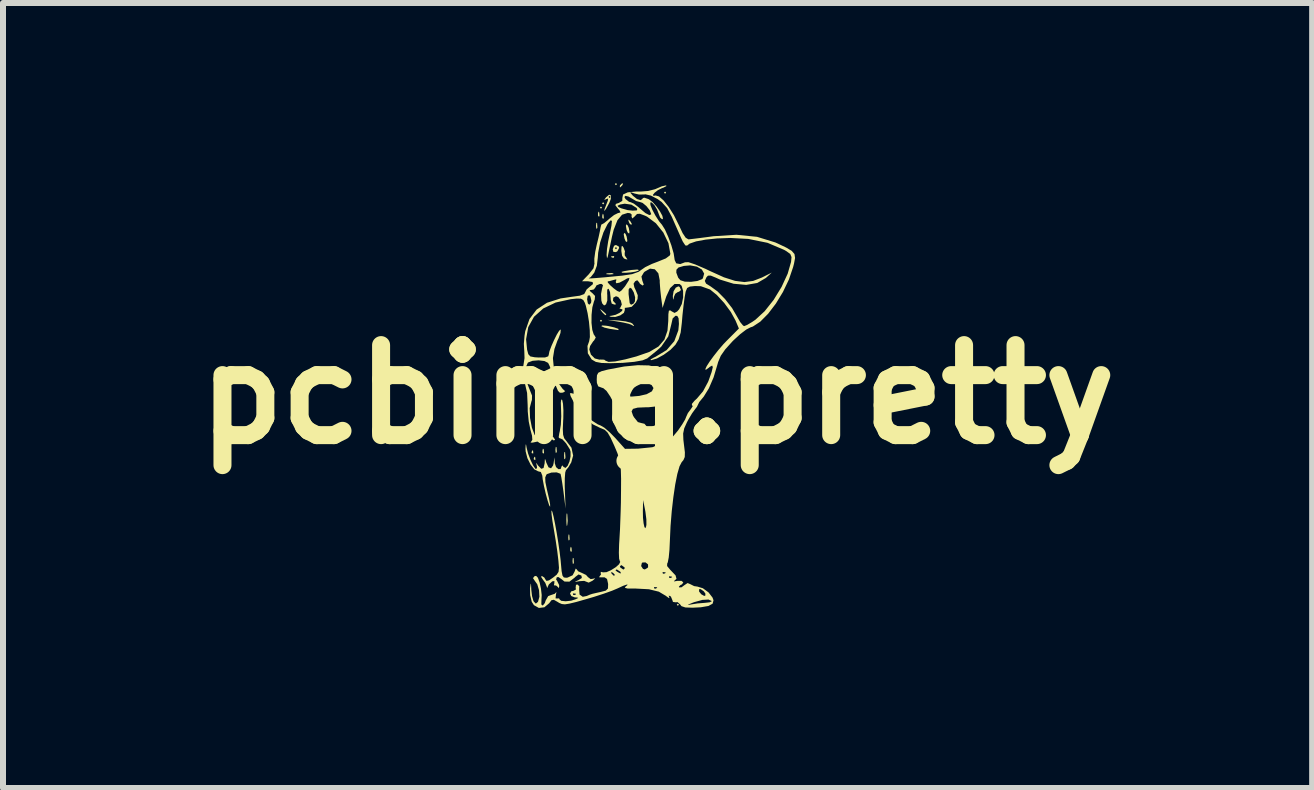
<source format=kicad_pcb>
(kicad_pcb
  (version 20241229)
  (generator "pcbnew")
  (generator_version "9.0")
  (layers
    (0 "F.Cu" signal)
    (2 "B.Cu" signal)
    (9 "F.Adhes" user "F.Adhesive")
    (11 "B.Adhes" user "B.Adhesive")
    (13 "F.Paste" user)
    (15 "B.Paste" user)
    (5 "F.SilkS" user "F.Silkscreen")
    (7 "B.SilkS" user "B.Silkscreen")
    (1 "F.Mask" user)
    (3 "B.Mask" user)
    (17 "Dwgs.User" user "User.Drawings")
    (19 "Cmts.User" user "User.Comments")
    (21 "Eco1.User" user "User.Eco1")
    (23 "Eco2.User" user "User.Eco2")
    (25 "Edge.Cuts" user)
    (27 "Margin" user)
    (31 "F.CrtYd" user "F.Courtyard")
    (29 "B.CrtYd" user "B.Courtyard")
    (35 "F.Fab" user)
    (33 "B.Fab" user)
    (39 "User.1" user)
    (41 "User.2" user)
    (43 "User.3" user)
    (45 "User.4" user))
  (footprint "pcbimg.pretty"
    (layer "F.Cu")
    (at 7.907 3.522)
    (property "Reference" "pcbimg.pretty" (at 0 0 0) (layer "F.SilkS") (effects (font (size 1.5 1.5) (thickness 0.3))))
    (attr board_only exclude_from_pos_files exclude_from_bom)
    (fp_poly (pts (xy -0.925 -3.113) (xy -0.943 -3.095) (xy -0.961 -3.113) (xy -0.943 -3.131)) (stroke (width 0) (type solid)) (fill yes) (layer "F.SilkS"))
    (fp_poly (pts (xy -0.925 -1.227) (xy -0.943 -1.21) (xy -0.961 -1.227) (xy -0.943 -1.245)) (stroke (width 0) (type solid)) (fill yes) (layer "F.SilkS"))
    (fp_poly (pts (xy -0.889 -3.184) (xy -0.907 -3.166) (xy -0.925 -3.184) (xy -0.907 -3.202)) (stroke (width 0) (type solid)) (fill yes) (layer "F.SilkS"))
    (fp_poly (pts (xy -0.676 -3.504) (xy -0.694 -3.486) (xy -0.711 -3.504) (xy -0.694 -3.522)) (stroke (width 0) (type solid)) (fill yes) (layer "F.SilkS"))
    (fp_poly (pts (xy 0.142 -3.362) (xy 0.125 -3.344) (xy 0.107 -3.362) (xy 0.125 -3.38)) (stroke (width 0) (type solid)) (fill yes) (layer "F.SilkS"))
    (fp_poly (pts (xy 0.356 3.504) (xy 0.338 3.522) (xy 0.32 3.504) (xy 0.338 3.486)) (stroke (width 0) (type solid)) (fill yes) (layer "F.SilkS"))
    (fp_poly (pts (xy -2.075 0.937) (xy -2.071 0.979) (xy -2.075 0.984) (xy -2.096 0.979) (xy -2.099 0.961) (xy -2.086 0.931)) (stroke (width 0) (type solid)) (fill yes) (layer "F.SilkS"))
    (fp_poly (pts (xy -2.04 1.044) (xy -2.035 1.086) (xy -2.04 1.091) (xy -2.061 1.086) (xy -2.063 1.067) (xy -2.05 1.038)) (stroke (width 0) (type solid)) (fill yes) (layer "F.SilkS"))
    (fp_poly (pts (xy -1.897 0.918) (xy -1.892 0.974) (xy -1.9 0.986) (xy -1.916 0.976) (xy -1.918 0.94) (xy -1.91 0.902)) (stroke (width 0) (type solid)) (fill yes) (layer "F.SilkS"))
    (fp_poly (pts (xy -1.684 0.88) (xy -1.679 0.953) (xy -1.684 0.969) (xy -1.697 0.974) (xy -1.702 0.925) (xy -1.696 0.874)) (stroke (width 0) (type solid)) (fill yes) (layer "F.SilkS"))
    (fp_poly (pts (xy -1.471 2.339) (xy -1.466 2.412) (xy -1.471 2.428) (xy -1.484 2.432) (xy -1.488 2.383) (xy -1.483 2.333)) (stroke (width 0) (type solid)) (fill yes) (layer "F.SilkS"))
    (fp_poly (pts (xy -1.434 2.555) (xy -1.43 2.61) (xy -1.437 2.623) (xy -1.453 2.612) (xy -1.456 2.576) (xy -1.447 2.538)) (stroke (width 0) (type solid)) (fill yes) (layer "F.SilkS"))
    (fp_poly (pts (xy -1.399 2.73) (xy -1.395 2.803) (xy -1.399 2.819) (xy -1.412 2.824) (xy -1.417 2.775) (xy -1.412 2.724)) (stroke (width 0) (type solid)) (fill yes) (layer "F.SilkS"))
    (fp_poly (pts (xy -1.008 -2.855) (xy -1.003 -2.782) (xy -1.008 -2.766) (xy -1.021 -2.761) (xy -1.026 -2.81) (xy -1.02 -2.861)) (stroke (width 0) (type solid)) (fill yes) (layer "F.SilkS"))
    (fp_poly (pts (xy -0.972 -3.03) (xy -0.968 -2.975) (xy -0.975 -2.962) (xy -0.991 -2.973) (xy -0.993 -3.009) (xy -0.985 -3.047)) (stroke (width 0) (type solid)) (fill yes) (layer "F.SilkS"))
    (fp_poly (pts (xy -0.901 -2.995) (xy -0.896 -2.939) (xy -0.903 -2.927) (xy -0.92 -2.937) (xy -0.922 -2.973) (xy -0.913 -3.011)) (stroke (width 0) (type solid)) (fill yes) (layer "F.SilkS"))
    (fp_poly (pts (xy -0.723 -2.3) (xy -0.728 -2.279) (xy -0.747 -2.277) (xy -0.776 -2.29) (xy -0.771 -2.3) (xy -0.729 -2.305)) (stroke (width 0) (type solid)) (fill yes) (layer "F.SilkS"))
    (fp_poly (pts (xy -0.463 -2.896) (xy -0.458 -2.891) (xy -0.43 -2.844) (xy -0.434 -2.827) (xy -0.46 -2.838) (xy -0.478 -2.871) (xy -0.489 -2.913)) (stroke (width 0) (type solid)) (fill yes) (layer "F.SilkS"))
    (fp_poly (pts (xy -1.542 0.964) (xy -1.541 0.97) (xy -1.535 1.048) (xy -1.542 1.077) (xy -1.554 1.078) (xy -1.558 1.022) (xy -1.558 1.014) (xy -1.553 0.959)) (stroke (width 0) (type solid)) (fill yes) (layer "F.SilkS"))
    (fp_poly (pts (xy -1.504 2.002) (xy -1.498 2.107) (xy -1.505 2.179) (xy -1.513 2.194) (xy -1.518 2.147) (xy -1.52 2.081) (xy -1.517 2) (xy -1.51 1.977)) (stroke (width 0) (type solid)) (fill yes) (layer "F.SilkS"))
    (fp_poly (pts (xy -0.942 -1.412) (xy -0.916 -1.392) (xy -0.867 -1.348) (xy -0.854 -1.33) (xy -0.871 -1.319) (xy -0.918 -1.365) (xy -0.929 -1.379) (xy -0.96 -1.421)) (stroke (width 0) (type solid)) (fill yes) (layer "F.SilkS"))
    (fp_poly (pts (xy -0.737 -2.015) (xy -0.736 -2.004) (xy -0.792 -1.999) (xy -0.8 -1.999) (xy -0.856 -2.004) (xy -0.85 -2.015) (xy -0.844 -2.017) (xy -0.767 -2.022)) (stroke (width 0) (type solid)) (fill yes) (layer "F.SilkS"))
    (fp_poly (pts (xy -0.58 -3.499) (xy -0.587 -3.486) (xy -0.62 -3.452) (xy -0.627 -3.451) (xy -0.629 -3.474) (xy -0.623 -3.486) (xy -0.589 -3.52) (xy -0.583 -3.522)) (stroke (width 0) (type solid)) (fill yes) (layer "F.SilkS"))
    (fp_poly (pts (xy -0.535 -2.677) (xy -0.516 -2.632) (xy -0.504 -2.565) (xy -0.509 -2.538) (xy -0.532 -2.552) (xy -0.551 -2.597) (xy -0.564 -2.664) (xy -0.558 -2.691)) (stroke (width 0) (type solid)) (fill yes) (layer "F.SilkS"))
    (fp_poly (pts (xy -0.5 -2.819) (xy -0.48 -2.775) (xy -0.468 -2.707) (xy -0.474 -2.68) (xy -0.496 -2.695) (xy -0.516 -2.739) (xy -0.528 -2.807) (xy -0.522 -2.834)) (stroke (width 0) (type solid)) (fill yes) (layer "F.SilkS"))
    (fp_poly (pts (xy -0.86 -1.145) (xy -0.82 -1.139) (xy -0.723 -1.117) (xy -0.66 -1.095) (xy -0.651 -1.09) (xy -0.653 -1.072) (xy -0.661 -1.073) (xy -0.717 -1.081) (xy -0.8 -1.093) (xy -0.886 -1.113) (xy -0.937 -1.137) (xy -0.925 -1.149)) (stroke (width 0) (type solid)) (fill yes) (layer "F.SilkS"))
    (fp_poly (pts (xy -0.647 -1.231) (xy -0.533 -1.217) (xy -0.446 -1.195) (xy -0.418 -1.179) (xy -0.392 -1.144) (xy -0.396 -1.138) (xy -0.436 -1.159) (xy -0.436 -1.16) (xy -0.481 -1.177) (xy -0.573 -1.198) (xy -0.647 -1.211) (xy -0.836 -1.242)) (stroke (width 0) (type solid)) (fill yes) (layer "F.SilkS"))
    (fp_poly (pts (xy -0.311 -2.072) (xy -0.322 -2.061) (xy -0.372 -2.045) (xy -0.449 -2.033) (xy -0.529 -2.027) (xy -0.588 -2.028) (xy -0.603 -2.04) (xy -0.602 -2.041) (xy -0.561 -2.053) (xy -0.474 -2.068) (xy -0.429 -2.074) (xy -0.337 -2.081)) (stroke (width 0) (type solid)) (fill yes) (layer "F.SilkS"))
    (fp_poly (pts (xy 0.368 -1.79) (xy 0.39 -1.739) (xy 0.355 -1.709) (xy 0.34 -1.708) (xy 0.295 -1.677) (xy 0.274 -1.628) (xy 0.263 -1.578) (xy 0.257 -1.595) (xy 0.254 -1.641) (xy 0.267 -1.719) (xy 0.303 -1.779) (xy 0.347 -1.801)) (stroke (width 0) (type solid)) (fill yes) (layer "F.SilkS"))
    (fp_poly (pts (xy -0.565 -2.443) (xy -0.543 -2.382) (xy -0.548 -2.357) (xy -0.547 -2.317) (xy -0.529 -2.289) (xy -0.502 -2.25) (xy -0.526 -2.251) (xy -0.56 -2.265) (xy -0.591 -2.309) (xy -0.604 -2.392) (xy -0.604 -2.395) (xy -0.6 -2.466) (xy -0.586 -2.474)) (stroke (width 0) (type solid)) (fill yes) (layer "F.SilkS"))
    (fp_poly (pts (xy -0.646 -2.464) (xy -0.64 -2.441) (xy -0.669 -2.386) (xy -0.694 -2.371) (xy -0.738 -2.376) (xy -0.747 -2.42) (xy -0.74 -2.437) (xy -0.711 -2.437) (xy -0.694 -2.419) (xy -0.676 -2.437) (xy -0.694 -2.455) (xy -0.711 -2.437) (xy -0.74 -2.437) (xy -0.725 -2.477) (xy -0.694 -2.49)) (stroke (width 0) (type solid)) (fill yes) (layer "F.SilkS"))
    (fp_poly (pts (xy -0.777 -3.315) (xy -0.779 -3.257) (xy -0.805 -3.191) (xy -0.852 -3.104) (xy -0.882 -3.06) (xy -0.889 -3.067) (xy -0.877 -3.104) (xy -0.843 -3.192) (xy -0.83 -3.225) (xy -0.823 -3.265) (xy -0.857 -3.254) (xy -0.889 -3.239) (xy -0.872 -3.266) (xy -0.859 -3.283) (xy -0.85 -3.291) (xy -0.818 -3.291) (xy -0.8 -3.273) (xy -0.783 -3.291) (xy -0.8 -3.308) (xy -0.818 -3.291) (xy -0.85 -3.291) (xy -0.806 -3.328)) (stroke (width 0) (type solid)) (fill yes) (layer "F.SilkS"))
    (fp_poly (pts (xy -0.145 -0.483) (xy -0.015 -0.452) (xy -0.005 -0.447) (xy 0.108 -0.353) (xy 0.168 -0.226) (xy 0.173 -0.083) (xy 0.12 0.057) (xy 0.086 0.104) (xy 0.02 0.171) (xy -0.049 0.203) (xy -0.151 0.214) (xy -0.19 0.214) (xy -0.332 0.22) (xy -0.41 0.241) (xy -0.433 0.283) (xy -0.409 0.353) (xy -0.391 0.383) (xy -0.328 0.461) (xy -0.272 0.477) (xy -0.271 0.477) (xy -0.219 0.489) (xy -0.17 0.546) (xy -0.143 0.623) (xy -0.142 0.639) (xy -0.177 0.683) (xy -0.279 0.727) (xy -0.412 0.762) (xy -0.493 0.77) (xy -0.54 0.737) (xy -0.564 0.691) (xy -0.589 0.6) (xy -0.586 0.532) (xy -0.592 0.468) (xy -0.63 0.357) (xy -0.693 0.214) (xy -0.709 0.183) (xy -0.788 0.035) (xy -0.85 -0.057) (xy -0.903 -0.103) (xy -0.933 -0.113) (xy -0.964 -0.125) (xy -0.598 -0.125) (xy -0.591 -0.057) (xy -0.565 0.005) (xy -0.513 0.031) (xy -0.432 0.036) (xy -0.306 0.025) (xy -0.189 -0.002) (xy -0.183 -0.003) (xy -0.094 -0.052) (xy -0.068 -0.106) (xy -0.099 -0.156) (xy -0.181 -0.194) (xy -0.309 -0.212) (xy -0.336 -0.213) (xy -0.481 -0.205) (xy -0.565 -0.177) (xy -0.598 -0.125) (xy -0.964 -0.125) (xy -0.989 -0.134) (xy -1.011 -0.191) (xy -1.014 -0.248) (xy -1.01 -0.319) (xy -0.988 -0.361) (xy -0.93 -0.388) (xy -0.82 -0.416) (xy -0.818 -0.416) (xy -0.557 -0.465) (xy -0.329 -0.487)) (stroke (width 0) (type solid)) (fill yes) (layer "F.SilkS"))
    (fp_poly (pts (xy -1.753 1.956) (xy -1.733 2.036) (xy -1.708 2.157) (xy -1.681 2.306) (xy -1.655 2.467) (xy -1.632 2.626) (xy -1.615 2.769) (xy -1.611 2.815) (xy -1.599 2.945) (xy -1.585 3.018) (xy -1.562 3.05) (xy -1.523 3.055) (xy -1.499 3.052) (xy -1.416 3.014) (xy -1.383 2.953) (xy -1.365 2.902) (xy -1.355 2.908) (xy -1.322 2.948) (xy -1.265 2.973) (xy -1.192 3.008) (xy -1.16 3.044) (xy -1.116 3.077) (xy -1.077 3.072) (xy -1.04 3.062) (xy -1.058 3.083) (xy -1.085 3.105) (xy -1.148 3.136) (xy -1.177 3.125) (xy -1.223 3.107) (xy -1.302 3.112) (xy -1.369 3.124) (xy -1.371 3.118) (xy -1.319 3.095) (xy -1.262 3.059) (xy -1.268 3.022) (xy -1.274 3.016) (xy -1.317 3) (xy -1.372 3.042) (xy -1.382 3.053) (xy -1.469 3.12) (xy -1.551 3.118) (xy -1.601 3.078) (xy -1.652 3.043) (xy -1.679 3.046) (xy -1.691 3.084) (xy -1.675 3.106) (xy -1.641 3.175) (xy -1.639 3.2) (xy -1.648 3.23) (xy -1.66 3.21) (xy -1.695 3.181) (xy -1.71 3.186) (xy -1.727 3.177) (xy -1.721 3.15) (xy -1.719 3.11) (xy -1.755 3.115) (xy -1.812 3.166) (xy -1.826 3.196) (xy -1.84 3.228) (xy -1.846 3.204) (xy -1.871 3.14) (xy -1.909 3.089) (xy -1.94 3.041) (xy -1.93 3.024) (xy -1.887 3.052) (xy -1.872 3.079) (xy -1.85 3.108) (xy -1.808 3.098) (xy -1.741 3.052) (xy -1.681 3.004) (xy -1.65 2.957) (xy -1.643 2.889) (xy -1.652 2.777) (xy -1.654 2.757) (xy -1.671 2.615) (xy -1.697 2.438) (xy -1.726 2.263) (xy -1.729 2.246) (xy -1.752 2.109) (xy -1.766 2.002) (xy -1.769 1.94) (xy -1.767 1.933)) (stroke (width 0) (type solid)) (fill yes) (layer "F.SilkS"))
    (fp_poly (pts (xy -1.589 0.093) (xy -1.576 0.155) (xy -1.569 0.266) (xy -1.571 0.404) (xy -1.573 0.431) (xy -1.579 0.579) (xy -1.574 0.673) (xy -1.556 0.731) (xy -1.527 0.767) (xy -1.435 0.888) (xy -1.407 1.019) (xy -1.438 1.132) (xy -1.485 1.212) (xy -1.523 1.259) (xy -1.526 1.26) (xy -1.539 1.302) (xy -1.546 1.398) (xy -1.547 1.53) (xy -1.545 1.592) (xy -1.533 1.903) (xy -1.568 1.62) (xy -1.587 1.486) (xy -1.604 1.382) (xy -1.616 1.327) (xy -1.619 1.322) (xy -1.681 1.299) (xy -1.768 1.302) (xy -1.841 1.327) (xy -1.853 1.337) (xy -1.872 1.384) (xy -1.869 1.462) (xy -1.843 1.589) (xy -1.835 1.623) (xy -1.807 1.743) (xy -1.791 1.833) (xy -1.79 1.873) (xy -1.79 1.873) (xy -1.806 1.849) (xy -1.831 1.773) (xy -1.862 1.66) (xy -1.863 1.657) (xy -1.893 1.527) (xy -1.914 1.416) (xy -1.921 1.353) (xy -1.945 1.293) (xy -1.991 1.281) (xy -2.053 1.249) (xy -2.116 1.17) (xy -2.169 1.063) (xy -2.198 0.951) (xy -2.201 0.9) (xy -2.197 0.834) (xy -2.191 0.837) (xy -2.182 0.889) (xy -2.158 0.984) (xy -2.119 1.088) (xy -2.076 1.179) (xy -2.038 1.236) (xy -2.023 1.245) (xy -2.008 1.218) (xy -2.014 1.183) (xy -2.025 1.14) (xy -2.01 1.157) (xy -1.993 1.183) (xy -1.939 1.239) (xy -1.9 1.227) (xy -1.882 1.148) (xy -1.882 1.147) (xy -1.878 1.081) (xy -1.87 1.083) (xy -1.854 1.136) (xy -1.817 1.215) (xy -1.775 1.231) (xy -1.741 1.184) (xy -1.733 1.149) (xy -1.718 1.049) (xy -1.713 1.147) (xy -1.692 1.211) (xy -1.652 1.246) (xy -1.615 1.243) (xy -1.6 1.201) (xy -1.588 1.182) (xy -1.566 1.209) (xy -1.533 1.225) (xy -1.498 1.188) (xy -1.468 1.119) (xy -1.45 1.035) (xy -1.45 0.955) (xy -1.462 0.915) (xy -1.524 0.816) (xy -1.585 0.749) (xy -1.633 0.728) (xy -1.638 0.731) (xy -1.648 0.712) (xy -1.637 0.645) (xy -1.63 0.616) (xy -1.612 0.507) (xy -1.605 0.364) (xy -1.608 0.259) (xy -1.612 0.137) (xy -1.605 0.084)) (stroke (width 0) (type solid)) (fill yes) (layer "F.SilkS"))
    (fp_poly (pts (xy 0.142 -3.483) (xy 0.148 -3.472) (xy 0.099 -3.446) (xy 0.073 -3.437) (xy 0.005 -3.403) (xy -0.049 -3.361) (xy -0.078 -3.325) (xy -0.068 -3.308) (xy -0.034 -3.315) (xy 0.024 -3.299) (xy 0.101 -3.231) (xy 0.187 -3.122) (xy 0.273 -2.985) (xy 0.349 -2.832) (xy 0.353 -2.825) (xy 0.417 -2.688) (xy 0.468 -2.611) (xy 0.513 -2.584) (xy 0.523 -2.584) (xy 0.584 -2.591) (xy 0.698 -2.605) (xy 0.844 -2.624) (xy 0.933 -2.636) (xy 1.315 -2.66) (xy 1.657 -2.626) (xy 1.96 -2.533) (xy 1.996 -2.517) (xy 2.143 -2.447) (xy 2.235 -2.392) (xy 2.281 -2.339) (xy 2.291 -2.274) (xy 2.274 -2.182) (xy 2.258 -2.12) (xy 2.188 -1.914) (xy 2.089 -1.707) (xy 1.971 -1.513) (xy 1.842 -1.344) (xy 1.711 -1.212) (xy 1.588 -1.131) (xy 1.547 -1.117) (xy 1.478 -1.081) (xy 1.379 -1.006) (xy 1.27 -0.906) (xy 1.243 -0.879) (xy 1.127 -0.75) (xy 1.053 -0.644) (xy 1.009 -0.539) (xy 0.993 -0.483) (xy 0.933 -0.283) (xy 0.855 -0.102) (xy 0.769 0.037) (xy 0.746 0.065) (xy 0.695 0.127) (xy 0.676 0.165) (xy 0.655 0.208) (xy 0.623 0.249) (xy 0.575 0.315) (xy 0.515 0.416) (xy 0.489 0.465) (xy 0.444 0.565) (xy 0.426 0.652) (xy 0.43 0.758) (xy 0.44 0.841) (xy 0.455 0.965) (xy 0.453 1.043) (xy 0.431 1.094) (xy 0.402 1.128) (xy 0.366 1.197) (xy 0.329 1.325) (xy 0.294 1.501) (xy 0.263 1.712) (xy 0.236 1.947) (xy 0.216 2.194) (xy 0.205 2.437) (xy 0.198 2.59) (xy 0.186 2.716) (xy 0.17 2.798) (xy 0.16 2.82) (xy 0.159 2.86) (xy 0.212 2.924) (xy 0.222 2.934) (xy 0.3 3.016) (xy 0.315 3.073) (xy 0.276 3.108) (xy 0.272 3.116) (xy 0.325 3.108) (xy 0.329 3.107) (xy 0.399 3.107) (xy 0.429 3.132) (xy 0.407 3.165) (xy 0.382 3.176) (xy 0.355 3.204) (xy 0.36 3.216) (xy 0.399 3.214) (xy 0.443 3.181) (xy 0.5 3.143) (xy 0.543 3.161) (xy 0.609 3.194) (xy 0.663 3.202) (xy 0.755 3.23) (xy 0.849 3.299) (xy 0.916 3.386) (xy 0.932 3.431) (xy 0.917 3.487) (xy 0.848 3.525) (xy 0.72 3.547) (xy 0.582 3.554) (xy 0.463 3.55) (xy 0.398 3.528) (xy 0.383 3.509) (xy 0.509 3.509) (xy 0.551 3.501) (xy 0.664 3.483) (xy 0.787 3.473) (xy 0.788 3.473) (xy 0.868 3.464) (xy 0.902 3.447) (xy 0.902 3.442) (xy 0.848 3.418) (xy 0.747 3.424) (xy 0.615 3.46) (xy 0.587 3.47) (xy 0.515 3.5) (xy 0.509 3.509) (xy 0.383 3.509) (xy 0.377 3.5) (xy 0.333 3.461) (xy 0.302 3.464) (xy 0.256 3.458) (xy 0.249 3.434) (xy 0.223 3.371) (xy 0.208 3.358) (xy 0.184 3.354) (xy 0.196 3.383) (xy 0.194 3.397) (xy 0.151 3.367) (xy 0.139 3.357) (xy 0.021 3.287) (xy -0.142 3.247) (xy -0.155 3.246) (xy 0.691 3.246) (xy 0.692 3.285) (xy 0.729 3.331) (xy 0.776 3.357) (xy 0.795 3.354) (xy 0.797 3.319) (xy 0.769 3.28) (xy 0.717 3.244) (xy 0.691 3.246) (xy -0.155 3.246) (xy -0.362 3.235) (xy -0.391 3.235) (xy -0.501 3.234) (xy -0.546 3.223) (xy -0.54 3.214) (xy -0.059 3.214) (xy -0.054 3.235) (xy -0.036 3.237) (xy -0.006 3.224) (xy -0.012 3.214) (xy -0.054 3.209) (xy -0.059 3.214) (xy -0.54 3.214) (xy -0.534 3.203) (xy -0.497 3.172) (xy -0.515 3.169) (xy -0.575 3.19) (xy -0.668 3.233) (xy -0.668 3.233) (xy -0.758 3.271) (xy -0.895 3.32) (xy -1.059 3.373) (xy -1.185 3.41) (xy -1.353 3.458) (xy -1.468 3.486) (xy -1.544 3.498) (xy -1.595 3.493) (xy -1.638 3.475) (xy -1.662 3.46) (xy -1.729 3.422) (xy -1.768 3.429) (xy -1.806 3.479) (xy -1.886 3.547) (xy -1.978 3.558) (xy -2.06 3.512) (xy -2.097 3.455) (xy -2.123 3.344) (xy -2.125 3.233) (xy -2.115 3.161) (xy -2.11 3.153) (xy -2.106 3.212) (xy -2.104 3.255) (xy -2.092 3.36) (xy -2.069 3.44) (xy -2.063 3.451) (xy -2.029 3.486) (xy -1.996 3.459) (xy -1.991 3.451) (xy -1.969 3.371) (xy -1.975 3.263) (xy -2.005 3.163) (xy -2.044 3.109) (xy -2.076 3.061) (xy -2.049 3.028) (xy -2.023 3.024) (xy -1.994 3.055) (xy -1.965 3.135) (xy -1.943 3.238) (xy -1.931 3.343) (xy -1.935 3.422) (xy -1.937 3.5) (xy -1.913 3.519) (xy -1.879 3.477) (xy -1.864 3.433) (xy -1.823 3.361) (xy -1.778 3.344) (xy -1.713 3.322) (xy -1.693 3.3) (xy -1.685 3.294) (xy -1.694 3.34) (xy -1.7 3.399) (xy -1.676 3.4) (xy -1.64 3.399) (xy -1.636 3.413) (xy -1.606 3.439) (xy -1.532 3.447) (xy -1.44 3.437) (xy -1.37 3.415) (xy -1.322 3.392) (xy -1.34 3.384) (xy -1.379 3.382) (xy -1.437 3.36) (xy -1.458 3.32) (xy -1.411 3.32) (xy -1.406 3.341) (xy -1.387 3.344) (xy -1.358 3.331) (xy -1.364 3.32) (xy -1.406 3.316) (xy -1.411 3.32) (xy -1.458 3.32) (xy -1.459 3.318) (xy -1.438 3.281) (xy -1.401 3.273) (xy -1.361 3.251) (xy -1.365 3.219) (xy -1.36 3.174) (xy -1.338 3.166) (xy -1.305 3.195) (xy -1.307 3.251) (xy -1.3 3.335) (xy -1.247 3.372) (xy -1.181 3.359) (xy -1.13 3.337) (xy -1.087 3.323) (xy -1.023 3.308) (xy -0.95 3.292) (xy -0.862 3.269) (xy -0.827 3.234) (xy -0.824 3.166) (xy -0.825 3.153) (xy -0.842 3.075) (xy -0.883 3.048) (xy -0.925 3.048) (xy -0.975 3.047) (xy -0.969 3.036) (xy -0.969 3.036) (xy 0.19 3.036) (xy 0.195 3.057) (xy 0.213 3.059) (xy 0.243 3.046) (xy 0.237 3.036) (xy 0.195 3.031) (xy 0.19 3.036) (xy -0.969 3.036) (xy -0.942 2.998) (xy -0.948 2.979) (xy -0.946 2.956) (xy -0.908 2.965) (xy -0.873 2.963) (xy -0.777 2.963) (xy -0.768 2.983) (xy -0.732 3.021) (xy -0.712 3.013) (xy -0.711 3.008) (xy -0.737 2.978) (xy -0.753 2.967) (xy -0.777 2.963) (xy -0.873 2.963) (xy -0.852 2.962) (xy -0.782 2.932) (xy -0.701 2.932) (xy -0.676 2.953) (xy -0.619 2.985) (xy -0.612 2.973) (xy -0.616 2.965) (xy 0.083 2.965) (xy 0.088 2.986) (xy 0.107 2.988) (xy 0.136 2.975) (xy 0.13 2.965) (xy 0.088 2.96) (xy 0.083 2.965) (xy -0.616 2.965) (xy -0.623 2.953) (xy -0.675 2.919) (xy -0.687 2.918) (xy -0.701 2.932) (xy -0.782 2.932) (xy -0.776 2.929) (xy -0.7 2.881) (xy -0.684 2.868) (xy -0.628 2.868) (xy -0.623 2.882) (xy -0.575 2.916) (xy -0.565 2.917) (xy -0.546 2.895) (xy -0.551 2.882) (xy -0.581 2.86) (xy -0.274 2.86) (xy -0.243 2.907) (xy -0.213 2.917) (xy -0.168 2.891) (xy -0.158 2.878) (xy -0.159 2.832) (xy -0.201 2.799) (xy -0.252 2.801) (xy -0.262 2.809) (xy -0.274 2.86) (xy -0.581 2.86) (xy -0.599 2.847) (xy -0.609 2.846) (xy -0.628 2.868) (xy -0.684 2.868) (xy -0.642 2.83) (xy -0.622 2.79) (xy -0.629 2.779) (xy -0.641 2.736) (xy -0.645 2.637) (xy -0.641 2.499) (xy -0.636 2.419) (xy -0.626 2.246) (xy -0.618 2.03) (xy -0.615 1.945) (xy -0.245 1.945) (xy -0.243 2.056) (xy -0.233 2.148) (xy -0.219 2.211) (xy -0.203 2.23) (xy -0.19 2.196) (xy -0.186 2.17) (xy -0.187 2.08) (xy -0.202 1.961) (xy -0.209 1.921) (xy -0.241 1.761) (xy -0.245 1.945) (xy -0.615 1.945) (xy -0.611 1.801) (xy -0.609 1.601) (xy -0.608 1.405) (xy -0.612 1.262) (xy -0.621 1.155) (xy -0.64 1.066) (xy -0.67 0.977) (xy -0.715 0.87) (xy -0.721 0.856) (xy -0.783 0.721) (xy -0.832 0.637) (xy -0.88 0.59) (xy -0.939 0.565) (xy -0.951 0.561) (xy -1.08 0.498) (xy -1.215 0.379) (xy -1.342 0.218) (xy -1.399 0.125) (xy -1.449 0.028) (xy -1.461 -0.019) (xy -1.437 -0.021) (xy -1.364 -0.002) (xy -1.34 0.001) (xy -1.323 0.013) (xy -1.346 0.031) (xy -1.365 0.079) (xy -1.338 0.157) (xy -1.276 0.251) (xy -1.192 0.349) (xy -1.094 0.436) (xy -0.996 0.499) (xy -0.949 0.518) (xy -0.886 0.555) (xy -0.798 0.631) (xy -0.707 0.724) (xy -0.543 0.907) (xy -0.327 0.904) (xy -0.087 0.88) (xy 0.106 0.812) (xy 0.262 0.695) (xy 0.34 0.602) (xy 0.41 0.5) (xy 0.46 0.416) (xy 0.476 0.375) (xy 0.505 0.311) (xy 0.55 0.251) (xy 0.586 0.197) (xy 0.573 0.178) (xy 0.572 0.158) (xy 0.615 0.106) (xy 0.655 0.069) (xy 0.757 -0.051) (xy 0.841 -0.208) (xy 0.852 -0.235) (xy 0.901 -0.374) (xy 0.92 -0.454) (xy 0.91 -0.481) (xy 0.87 -0.459) (xy 0.849 -0.441) (xy 0.803 -0.409) (xy 0.796 -0.422) (xy 0.819 -0.472) (xy 0.868 -0.548) (xy 0.935 -0.64) (xy 1.013 -0.739) (xy 1.096 -0.836) (xy 1.149 -0.891) (xy 1.355 -1.098) (xy 1.299 -1.231) (xy 1.221 -1.373) (xy 1.11 -1.524) (xy 0.986 -1.658) (xy 0.875 -1.748) (xy 0.721 -1.803) (xy 0.623 -1.806) (xy 0.538 -1.797) (xy 0.493 -1.773) (xy 0.468 -1.713) (xy 0.451 -1.619) (xy 0.433 -1.486) (xy 0.415 -1.322) (xy 0.404 -1.192) (xy 0.385 -1.032) (xy 0.352 -0.919) (xy 0.298 -0.828) (xy 0.297 -0.827) (xy 0.214 -0.742) (xy 0.103 -0.661) (xy -0.01 -0.599) (xy -0.103 -0.571) (xy -0.114 -0.571) (xy -0.116 -0.583) (xy -0.064 -0.613) (xy -0.036 -0.626) (xy 0.15 -0.738) (xy 0.279 -0.888) (xy 0.346 -1.068) (xy 0.356 -1.175) (xy 0.35 -1.269) (xy 0.328 -1.308) (xy 0.298 -1.31) (xy 0.251 -1.265) (xy 0.229 -1.167) (xy 0.178 -0.966) (xy 0.062 -0.797) (xy -0.008 -0.733) (xy -0.093 -0.664) (xy -0.16 -0.61) (xy -0.172 -0.6) (xy -0.249 -0.568) (xy -0.388 -0.543) (xy -0.579 -0.526) (xy -0.789 -0.52) (xy -0.934 -0.524) (xy -1.029 -0.542) (xy -1.093 -0.579) (xy -1.1 -0.585) (xy -1.162 -0.685) (xy -1.165 -0.75) (xy -1.138 -0.75) (xy -1.111 -0.664) (xy -1.046 -0.599) (xy -0.968 -0.579) (xy -0.955 -0.581) (xy -0.89 -0.579) (xy -0.867 -0.562) (xy -0.817 -0.542) (xy -0.708 -0.549) (xy -0.538 -0.584) (xy -0.353 -0.633) (xy -0.137 -0.708) (xy 0.016 -0.799) (xy 0.114 -0.914) (xy 0.165 -1.062) (xy 0.178 -1.223) (xy 0.18 -1.337) (xy 0.188 -1.393) (xy 0.208 -1.402) (xy 0.235 -1.384) (xy 0.283 -1.358) (xy 0.327 -1.382) (xy 0.36 -1.419) (xy 0.404 -1.507) (xy 0.426 -1.617) (xy 0.425 -1.726) (xy 0.401 -1.809) (xy 0.369 -1.839) (xy 0.283 -1.84) (xy 0.209 -1.771) (xy 0.145 -1.633) (xy 0.139 -1.615) (xy 0.083 -1.441) (xy 0.059 -1.615) (xy 0.045 -1.745) (xy 0.036 -1.866) (xy 0.036 -1.901) (xy 0.013 -2.017) (xy 0.003 -2.029) (xy 0.312 -2.029) (xy 0.344 -1.944) (xy 0.381 -1.902) (xy 0.454 -1.879) (xy 0.558 -1.876) (xy 0.663 -1.89) (xy 0.74 -1.92) (xy 0.755 -1.935) (xy 0.776 -2.013) (xy 0.738 -2.081) (xy 0.656 -2.129) (xy 0.544 -2.15) (xy 0.438 -2.141) (xy 0.349 -2.115) (xy 0.314 -2.078) (xy 0.312 -2.029) (xy 0.003 -2.029) (xy -0.046 -2.085) (xy -0.126 -2.096) (xy -0.215 -2.045) (xy -0.229 -2.031) (xy -0.269 -1.964) (xy -0.254 -1.896) (xy -0.251 -1.888) (xy -0.23 -1.829) (xy -0.249 -1.814) (xy -0.293 -1.843) (xy -0.308 -1.869) (xy -0.339 -1.903) (xy -0.374 -1.885) (xy -0.4 -1.845) (xy -0.387 -1.784) (xy -0.364 -1.736) (xy -0.33 -1.652) (xy -0.334 -1.589) (xy -0.362 -1.532) (xy -0.431 -1.46) (xy -0.49 -1.449) (xy -0.546 -1.442) (xy -0.546 -1.405) (xy -0.561 -1.359) (xy -0.621 -1.317) (xy -0.703 -1.291) (xy -0.78 -1.293) (xy -0.805 -1.306) (xy -0.763 -1.312) (xy -0.698 -1.327) (xy -0.635 -1.358) (xy -0.591 -1.392) (xy -0.585 -1.417) (xy -0.605 -1.422) (xy -0.635 -1.433) (xy -0.618 -1.45) (xy -0.596 -1.499) (xy -0.613 -1.567) (xy -0.655 -1.622) (xy -0.693 -1.636) (xy -0.738 -1.612) (xy -0.743 -1.561) (xy -0.705 -1.519) (xy -0.703 -1.518) (xy -0.69 -1.502) (xy -0.72 -1.497) (xy -0.764 -1.513) (xy -0.781 -1.576) (xy -0.783 -1.617) (xy -0.789 -1.672) (xy -0.483 -1.672) (xy -0.482 -1.663) (xy -0.471 -1.575) (xy -0.465 -1.522) (xy -0.465 -1.521) (xy -0.442 -1.494) (xy -0.402 -1.512) (xy -0.378 -1.548) (xy -0.374 -1.617) (xy -0.396 -1.699) (xy -0.432 -1.762) (xy -0.461 -1.779) (xy -0.482 -1.748) (xy -0.483 -1.672) (xy -0.789 -1.672) (xy -0.792 -1.705) (xy -0.815 -1.759) (xy -0.818 -1.761) (xy -0.839 -1.747) (xy -0.84 -1.673) (xy -0.838 -1.659) (xy -0.838 -1.563) (xy -0.859 -1.501) (xy -0.891 -1.482) (xy -0.923 -1.517) (xy -0.937 -1.565) (xy -0.942 -1.673) (xy -0.926 -1.759) (xy -0.909 -1.821) (xy -0.935 -1.841) (xy -0.962 -1.84) (xy -1.019 -1.816) (xy -1.032 -1.789) (xy -1.061 -1.75) (xy -1.094 -1.742) (xy -1.134 -1.737) (xy -1.118 -1.713) (xy -1.088 -1.689) (xy -1.042 -1.641) (xy -1.047 -1.582) (xy -1.061 -1.546) (xy -1.087 -1.451) (xy -1.1 -1.325) (xy -1.101 -1.192) (xy -1.088 -1.076) (xy -1.064 -1) (xy -1.056 -0.991) (xy -1.03 -0.948) (xy -1.058 -0.899) (xy -1.074 -0.883) (xy -1.124 -0.807) (xy -1.138 -0.75) (xy -1.165 -0.75) (xy -1.168 -0.807) (xy -1.14 -0.886) (xy -1.128 -0.955) (xy -1.13 -1.07) (xy -1.143 -1.21) (xy -1.166 -1.353) (xy -1.195 -1.476) (xy -1.212 -1.526) (xy -1.238 -1.573) (xy -1.259 -1.585) (xy -1.174 -1.585) (xy -1.162 -1.517) (xy -1.138 -1.494) (xy -1.109 -1.524) (xy -1.103 -1.563) (xy -1.119 -1.631) (xy -1.138 -1.654) (xy -1.165 -1.642) (xy -1.174 -1.585) (xy -1.259 -1.585) (xy -1.277 -1.595) (xy -1.349 -1.597) (xy -1.445 -1.587) (xy -1.699 -1.531) (xy -1.905 -1.432) (xy -2.059 -1.294) (xy -2.155 -1.121) (xy -2.191 -0.919) (xy -2.174 -0.744) (xy -2.154 -0.67) (xy -2.12 -0.633) (xy -2.048 -0.619) (xy -1.982 -0.615) (xy -1.874 -0.616) (xy -1.823 -0.634) (xy -1.814 -0.658) (xy -1.802 -0.718) (xy -1.769 -0.806) (xy -1.725 -0.905) (xy -1.68 -0.996) (xy -1.64 -1.061) (xy -1.615 -1.082) (xy -1.613 -1.079) (xy -1.618 -1.024) (xy -1.65 -0.935) (xy -1.67 -0.893) (xy -1.719 -0.756) (xy -1.743 -0.61) (xy -1.743 -0.593) (xy -1.729 -0.446) (xy -1.693 -0.298) (xy -1.641 -0.173) (xy -1.582 -0.093) (xy -1.578 -0.089) (xy -1.54 -0.054) (xy -1.566 -0.035) (xy -1.589 -0.028) (xy -1.628 -0.028) (xy -1.66 -0.06) (xy -1.692 -0.137) (xy -1.724 -0.245) (xy -1.762 -0.371) (xy -1.798 -0.472) (xy -1.824 -0.525) (xy -1.885 -0.556) (xy -1.982 -0.568) (xy -2.083 -0.56) (xy -2.157 -0.532) (xy -2.163 -0.526) (xy -2.198 -0.448) (xy -2.202 -0.329) (xy -2.176 -0.195) (xy -2.136 -0.092) (xy -2.092 0.019) (xy -2.094 0.095) (xy -2.1 0.109) (xy -2.131 0.228) (xy -2.125 0.393) (xy -2.095 0.551) (xy -2.049 0.674) (xy -1.986 0.73) (xy -1.904 0.721) (xy -1.885 0.711) (xy -1.808 0.693) (xy -1.739 0.709) (xy -1.708 0.753) (xy -1.708 0.755) (xy -1.728 0.768) (xy -1.759 0.749) (xy -1.835 0.726) (xy -1.874 0.74) (xy -1.94 0.767) (xy -2.016 0.789) (xy -2.082 0.803) (xy -2.117 0.803) (xy -2.109 0.791) (xy -2.087 0.757) (xy -2.092 0.688) (xy -2.119 0.586) (xy -2.147 0.45) (xy -2.163 0.286) (xy -2.165 0.178) (xy -2.174 -0.024) (xy -2.212 -0.19) (xy -2.216 -0.2) (xy -2.251 -0.321) (xy -2.249 -0.428) (xy -2.236 -0.481) (xy -2.217 -0.605) (xy -2.221 -0.728) (xy -2.222 -0.737) (xy -2.228 -0.842) (xy -2.217 -0.978) (xy -2.205 -1.054) (xy -2.134 -1.257) (xy -2.015 -1.414) (xy -1.843 -1.527) (xy -1.617 -1.599) (xy -1.435 -1.626) (xy -1.296 -1.645) (xy -1.223 -1.672) (xy -1.21 -1.695) (xy -1.182 -1.749) (xy -1.138 -1.787) (xy -1.076 -1.839) (xy -1.081 -1.865) (xy -0.83 -1.865) (xy -0.791 -1.821) (xy -0.733 -1.769) (xy -0.674 -1.725) (xy -0.634 -1.708) (xy -0.599 -1.734) (xy -0.545 -1.798) (xy -0.536 -1.811) (xy -0.478 -1.902) (xy -0.469 -1.942) (xy -0.509 -1.932) (xy -0.55 -1.907) (xy -0.633 -1.863) (xy -0.687 -1.852) (xy -0.698 -1.876) (xy -0.69 -1.891) (xy -0.688 -1.918) (xy -0.726 -1.909) (xy -0.801 -1.888) (xy -0.83 -1.884) (xy -0.83 -1.865) (xy -1.081 -1.865) (xy -1.083 -1.873) (xy -1.157 -1.885) (xy -1.163 -1.885) (xy -1.259 -1.885) (xy -1.212 -1.934) (xy -1.148 -1.934) (xy -1.112 -1.933) (xy -1.026 -1.939) (xy -0.882 -1.951) (xy -0.676 -1.971) (xy -0.59 -1.979) (xy -0.424 -2.004) (xy -0.316 -2.043) (xy -0.276 -2.072) (xy -0.205 -2.121) (xy -0.093 -2.175) (xy 0.004 -2.212) (xy 0.137 -2.266) (xy 0.204 -2.316) (xy 0.213 -2.342) (xy 0.181 -2.52) (xy 0.096 -2.697) (xy -0.028 -2.852) (xy -0.175 -2.962) (xy -0.211 -2.979) (xy -0.295 -3.01) (xy -0.342 -3.007) (xy -0.38 -2.968) (xy -0.38 -2.967) (xy -0.42 -2.932) (xy -0.434 -2.961) (xy -0.431 -2.997) (xy -0.457 -3.019) (xy -0.498 -3.024) (xy -0.592 -2.994) (xy -0.669 -2.902) (xy -0.731 -2.744) (xy -0.76 -2.627) (xy -0.789 -2.489) (xy -0.814 -2.372) (xy -0.83 -2.298) (xy -0.83 -2.295) (xy -0.842 -2.268) (xy -0.848 -2.311) (xy -0.849 -2.33) (xy -0.843 -2.422) (xy -0.823 -2.551) (xy -0.799 -2.664) (xy -0.769 -2.809) (xy -0.761 -2.888) (xy -0.778 -2.904) (xy -0.818 -2.859) (xy -0.836 -2.833) (xy -0.902 -2.7) (xy -0.957 -2.531) (xy -0.99 -2.361) (xy -0.996 -2.278) (xy -1.012 -2.144) (xy -1.055 -2.029) (xy -1.114 -1.954) (xy -1.138 -1.941) (xy -1.148 -1.934) (xy -1.212 -1.934) (xy -1.146 -2.002) (xy -1.068 -2.102) (xy -1.051 -2.183) (xy -1.053 -2.19) (xy -1.054 -2.261) (xy -1.039 -2.375) (xy -1.014 -2.492) (xy -0.983 -2.619) (xy -0.96 -2.725) (xy -0.95 -2.781) (xy -0.937 -2.83) (xy -0.926 -2.835) (xy -0.891 -2.854) (xy -0.826 -2.907) (xy -0.804 -2.927) (xy -0.725 -2.989) (xy -0.659 -3.022) (xy -0.647 -3.024) (xy -0.617 -3.033) (xy -0.636 -3.07) (xy -0.66 -3.096) (xy -0.697 -3.143) (xy -0.668 -3.143) (xy -0.653 -3.122) (xy -0.605 -3.101) (xy -0.498 -3.071) (xy -0.414 -3.062) (xy -0.346 -3.066) (xy -0.338 -3.089) (xy -0.352 -3.109) (xy -0.436 -3.162) (xy -0.548 -3.178) (xy -0.625 -3.164) (xy -0.668 -3.143) (xy -0.697 -3.143) (xy -0.703 -3.15) (xy -0.694 -3.175) (xy -0.646 -3.19) (xy -0.588 -3.225) (xy -0.587 -3.273) (xy -0.584 -3.289) (xy -0.553 -3.289) (xy -0.534 -3.255) (xy -0.476 -3.21) (xy -0.446 -3.202) (xy -0.395 -3.179) (xy -0.319 -3.121) (xy -0.29 -3.095) (xy -0.202 -3.021) (xy -0.137 -2.988) (xy -0.107 -3) (xy -0.107 -3.007) (xy -0.131 -3.069) (xy -0.187 -3.139) (xy -0.25 -3.191) (xy -0.282 -3.202) (xy -0.357 -3.222) (xy -0.411 -3.254) (xy -0.484 -3.297) (xy -0.537 -3.309) (xy -0.553 -3.289) (xy -0.584 -3.289) (xy -0.575 -3.331) (xy -0.519 -3.357) (xy -0.451 -3.357) (xy -0.411 -3.31) (xy -0.344 -3.256) (xy -0.283 -3.237) (xy -0.25 -3.259) (xy -0.249 -3.27) (xy -0.222 -3.278) (xy -0.155 -3.256) (xy -0.141 -3.249) (xy -0.081 -3.203) (xy -0.017 -3.131) (xy 0.04 -3.05) (xy 0.08 -2.976) (xy 0.09 -2.927) (xy 0.076 -2.917) (xy 0.043 -2.947) (xy 0.023 -2.997) (xy -0.008 -3.079) (xy -0.053 -3.153) (xy -0.097 -3.198) (xy -0.121 -3.199) (xy -0.119 -3.156) (xy -0.087 -3.076) (xy -0.035 -2.978) (xy 0.026 -2.884) (xy 0.073 -2.827) (xy 0.122 -2.749) (xy 0.177 -2.627) (xy 0.229 -2.486) (xy 0.268 -2.35) (xy 0.284 -2.245) (xy 0.285 -2.238) (xy 0.311 -2.184) (xy 0.378 -2.172) (xy 0.458 -2.202) (xy 0.516 -2.203) (xy 0.629 -2.165) (xy 0.801 -2.091) (xy 0.88 -2.053) (xy 1.106 -1.951) (xy 1.291 -1.892) (xy 1.448 -1.872) (xy 1.592 -1.891) (xy 1.737 -1.947) (xy 1.751 -1.954) (xy 1.903 -2.03) (xy 1.805 -1.941) (xy 1.661 -1.857) (xy 1.478 -1.825) (xy 1.267 -1.844) (xy 1.039 -1.914) (xy 0.971 -1.945) (xy 0.886 -1.98) (xy 0.84 -1.979) (xy 0.815 -1.953) (xy 0.787 -1.891) (xy 0.807 -1.847) (xy 0.883 -1.8) (xy 0.999 -1.716) (xy 1.124 -1.589) (xy 1.241 -1.439) (xy 1.324 -1.297) (xy 1.377 -1.205) (xy 1.424 -1.148) (xy 1.443 -1.138) (xy 1.493 -1.158) (xy 1.577 -1.208) (xy 1.631 -1.245) (xy 1.784 -1.386) (xy 1.934 -1.575) (xy 2.066 -1.791) (xy 2.168 -2.012) (xy 2.224 -2.207) (xy 2.232 -2.288) (xy 2.211 -2.34) (xy 2.146 -2.387) (xy 2.11 -2.408) (xy 1.832 -2.526) (xy 1.512 -2.591) (xy 1.21 -2.607) (xy 0.992 -2.599) (xy 0.799 -2.579) (xy 0.642 -2.55) (xy 0.534 -2.513) (xy 0.492 -2.48) (xy 0.463 -2.482) (xy 0.421 -2.545) (xy 0.396 -2.598) (xy 0.341 -2.723) (xy 0.275 -2.872) (xy 0.237 -2.959) (xy 0.159 -3.105) (xy 0.068 -3.206) (xy -0.001 -3.256) (xy -0.112 -3.313) (xy -0.201 -3.334) (xy -0.221 -3.332) (xy -0.308 -3.33) (xy -0.385 -3.348) (xy -0.448 -3.37) (xy -0.451 -3.357) (xy -0.519 -3.357) (xy -0.497 -3.367) (xy -0.353 -3.381) (xy -0.284 -3.38) (xy -0.158 -3.39) (xy -0.042 -3.419) (xy -0.017 -3.43) (xy 0.072 -3.468) (xy 0.141 -3.483)) (stroke (width 0) (type solid)) (fill yes) (layer "F.SilkS")))
  (gr_rect
    (start -3 -3)
    (end 18.814 10.08)
    (stroke (width 0.1) (type default))
    (fill no)
    (layer "Edge.Cuts")))
</source>
